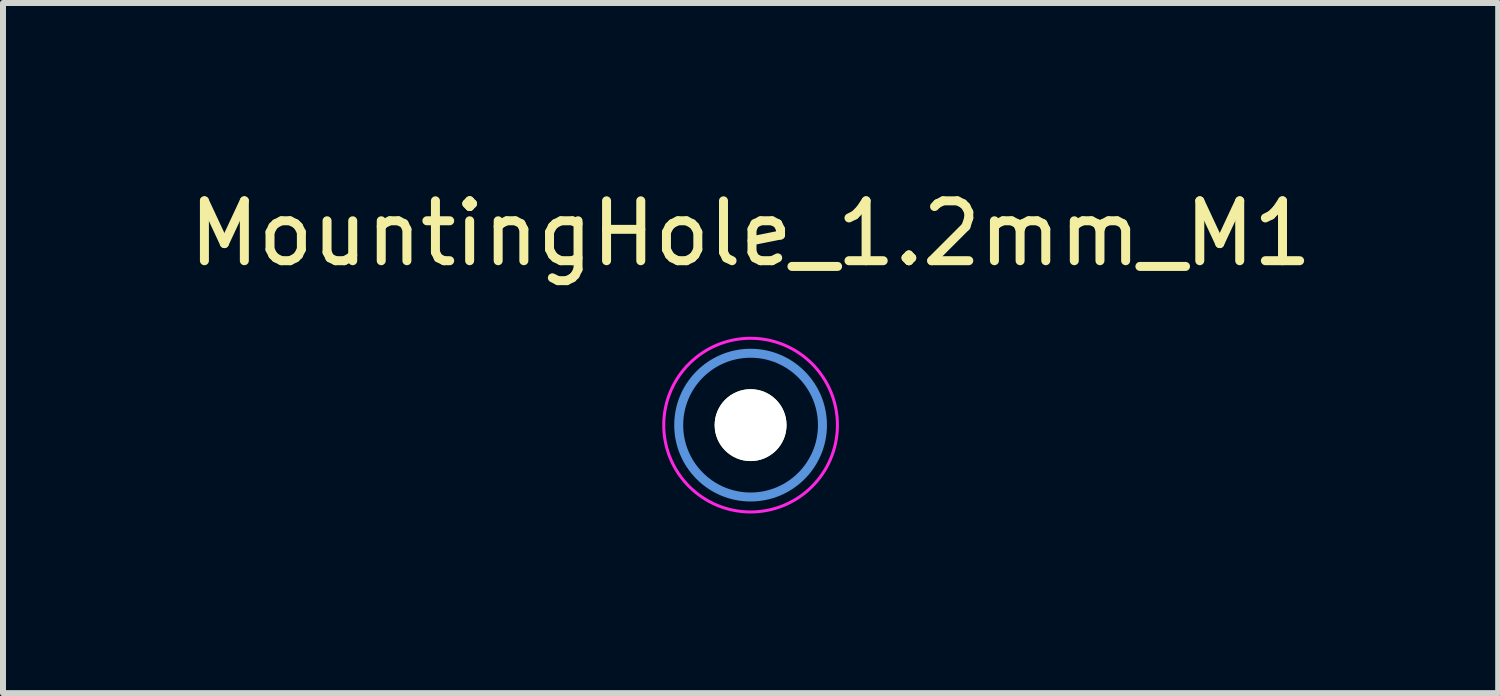
<source format=kicad_pcb>
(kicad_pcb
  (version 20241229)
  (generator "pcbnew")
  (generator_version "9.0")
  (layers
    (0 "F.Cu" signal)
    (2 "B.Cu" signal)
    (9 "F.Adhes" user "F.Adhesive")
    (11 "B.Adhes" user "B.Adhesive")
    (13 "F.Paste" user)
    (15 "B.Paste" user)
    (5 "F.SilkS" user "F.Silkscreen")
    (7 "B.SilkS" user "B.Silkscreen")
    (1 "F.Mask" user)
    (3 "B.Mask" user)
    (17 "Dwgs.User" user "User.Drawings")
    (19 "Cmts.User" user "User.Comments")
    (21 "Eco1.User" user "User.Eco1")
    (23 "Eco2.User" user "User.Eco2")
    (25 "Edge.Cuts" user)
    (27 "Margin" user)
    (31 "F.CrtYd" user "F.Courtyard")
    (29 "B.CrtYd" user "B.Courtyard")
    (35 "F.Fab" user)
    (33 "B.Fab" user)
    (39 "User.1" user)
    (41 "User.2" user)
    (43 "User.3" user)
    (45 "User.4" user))
  (footprint "MountingHole_1.2mm_M1"
    (layer "F.Cu")
    (at 9.482 4.048)
    (property "Reference" "MountingHole_1.2mm_M1" (at 0 -3.2 0) (layer "F.SilkS") (effects (font (size 1 1) (thickness 0.15))))
    (attr through_hole)
    (fp_circle (center 0 0) (end 1.2 0) (stroke (width 0.15) (type solid)) (fill no) (layer "Cmts.User"))
    (fp_circle (center 0 0) (end 1.45 0) (stroke (width 0.05) (type solid)) (fill no) (layer "F.CrtYd"))
    (pad "" np_thru_hole circle (at 0 0) (size 1.2 1.2) (drill 1.2) (layers "*.Cu" "*.Mask" "F.SilkS")))
  (gr_rect
    (start -3 -3)
    (end 21.964 8.523)
    (stroke (width 0.1) (type default))
    (fill no)
    (layer "Edge.Cuts")))
</source>
